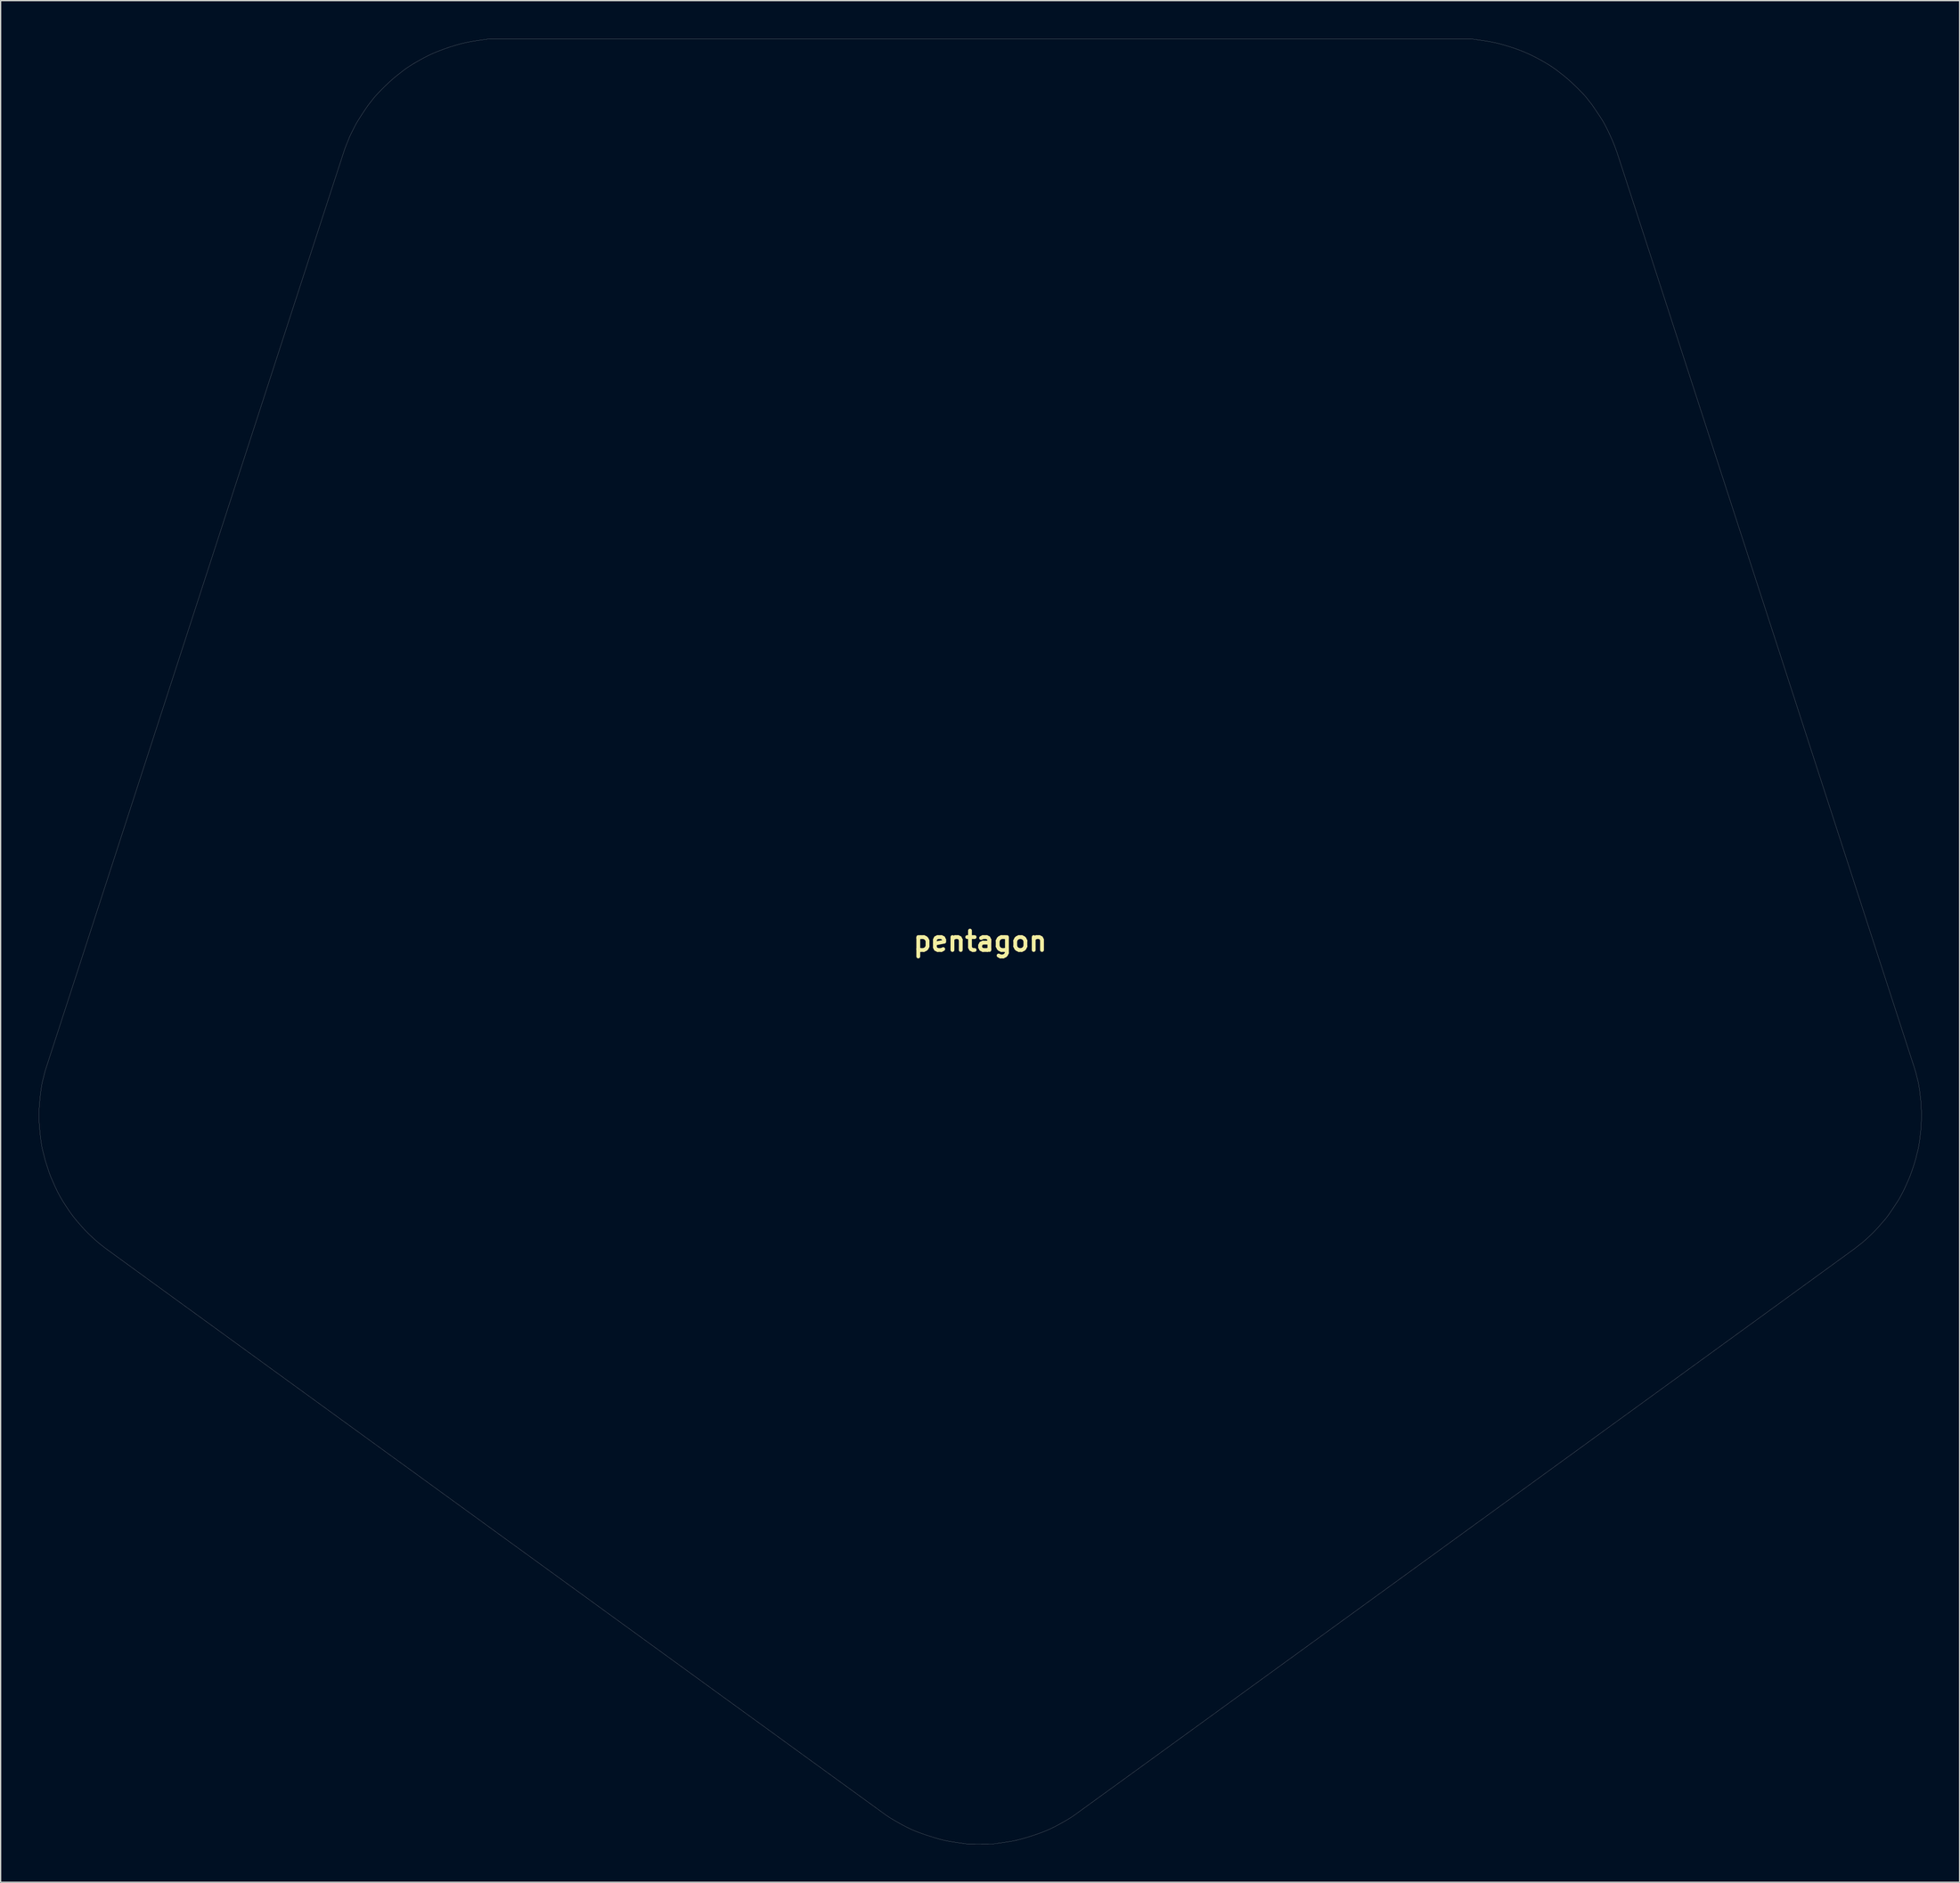
<source format=kicad_pcb>
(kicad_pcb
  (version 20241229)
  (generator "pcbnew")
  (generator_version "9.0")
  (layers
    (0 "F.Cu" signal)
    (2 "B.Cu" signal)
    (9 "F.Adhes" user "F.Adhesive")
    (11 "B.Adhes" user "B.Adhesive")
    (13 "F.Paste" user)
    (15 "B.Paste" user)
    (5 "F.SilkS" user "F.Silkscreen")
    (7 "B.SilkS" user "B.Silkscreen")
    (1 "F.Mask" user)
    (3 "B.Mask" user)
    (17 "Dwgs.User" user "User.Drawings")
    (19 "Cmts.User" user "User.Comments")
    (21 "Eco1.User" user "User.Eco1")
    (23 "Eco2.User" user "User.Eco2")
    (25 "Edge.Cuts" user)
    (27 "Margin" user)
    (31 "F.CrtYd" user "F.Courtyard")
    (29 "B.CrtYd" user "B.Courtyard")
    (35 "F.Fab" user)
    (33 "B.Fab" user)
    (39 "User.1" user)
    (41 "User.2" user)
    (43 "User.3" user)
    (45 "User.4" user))
  (footprint "pentagon"
    (layer "F.Cu")
    (at 73.987 70.975)
    (property "Reference" "pentagon" (at 0 0 0) (layer "F.SilkS") (effects (font (size 1.524 1.524) (thickness 0.3))))
    (attr through_hole)
    (fp_poly (pts (xy 39.266 -70.871) (xy 39.572 -70.827) (xy 39.84 -70.785) (xy 40.079 -70.744) (xy 40.298 -70.703) (xy 40.504 -70.659) (xy 40.706 -70.611) (xy 40.914 -70.557) (xy 41.134 -70.496) (xy 41.213 -70.473) (xy 41.769 -70.303) (xy 42.283 -70.126) (xy 42.757 -69.94) (xy 43.196 -69.745) (xy 43.287 -69.701) (xy 43.68 -69.504) (xy 44.056 -69.303) (xy 44.409 -69.102) (xy 44.735 -68.905) (xy 45.027 -68.713) (xy 45.282 -68.53) (xy 45.334 -68.49) (xy 45.447 -68.402) (xy 45.579 -68.3) (xy 45.712 -68.198) (xy 45.808 -68.124) (xy 45.967 -67.995) (xy 46.146 -67.844) (xy 46.338 -67.674) (xy 46.537 -67.491) (xy 46.739 -67.3) (xy 46.938 -67.107) (xy 47.129 -66.917) (xy 47.305 -66.736) (xy 47.462 -66.568) (xy 47.594 -66.418) (xy 47.695 -66.294) (xy 47.761 -66.208) (xy 47.843 -66.104) (xy 47.928 -65.997) (xy 47.968 -65.948) (xy 48.035 -65.86) (xy 48.123 -65.738) (xy 48.229 -65.587) (xy 48.349 -65.411) (xy 48.481 -65.215) (xy 48.621 -65.005) (xy 48.765 -64.784) (xy 48.891 -64.589) (xy 48.983 -64.436) (xy 49.088 -64.247) (xy 49.201 -64.031) (xy 49.319 -63.793) (xy 49.439 -63.543) (xy 49.557 -63.287) (xy 49.669 -63.034) (xy 49.772 -62.791) (xy 49.862 -62.565) (xy 49.918 -62.414) (xy 49.959 -62.3) (xy 50.004 -62.18) (xy 50.043 -62.075) (xy 50.048 -62.062) (xy 50.057 -62.035) (xy 50.08 -61.964) (xy 50.117 -61.851) (xy 50.168 -61.696) (xy 50.231 -61.501) (xy 50.308 -61.265) (xy 50.398 -60.989) (xy 50.5 -60.675) (xy 50.615 -60.323) (xy 50.741 -59.933) (xy 50.88 -59.507) (xy 51.03 -59.045) (xy 51.192 -58.548) (xy 51.364 -58.017) (xy 51.548 -57.452) (xy 51.742 -56.854) (xy 51.947 -56.224) (xy 52.162 -55.563) (xy 52.387 -54.871) (xy 52.621 -54.149) (xy 52.865 -53.398) (xy 53.118 -52.618) (xy 53.38 -51.811) (xy 53.651 -50.976) (xy 53.931 -50.116) (xy 54.219 -49.23) (xy 54.514 -48.319) (xy 54.818 -47.384) (xy 55.129 -46.426) (xy 55.447 -45.446) (xy 55.773 -44.443) (xy 56.105 -43.42) (xy 56.444 -42.376) (xy 56.789 -41.312) (xy 57.14 -40.23) (xy 57.498 -39.129) (xy 57.861 -38.012) (xy 58.229 -36.877) (xy 58.602 -35.727) (xy 58.981 -34.561) (xy 59.364 -33.381) (xy 59.751 -32.187) (xy 60.143 -30.98) (xy 60.538 -29.761) (xy 60.938 -28.531) (xy 61.34 -27.29) (xy 61.585 -26.537) (xy 61.99 -25.287) (xy 62.393 -24.047) (xy 62.792 -22.817) (xy 63.187 -21.598) (xy 63.579 -20.391) (xy 63.967 -19.197) (xy 64.35 -18.016) (xy 64.728 -16.85) (xy 65.102 -15.698) (xy 65.471 -14.562) (xy 65.834 -13.443) (xy 66.192 -12.34) (xy 66.544 -11.256) (xy 66.89 -10.19) (xy 67.229 -9.144) (xy 67.562 -8.118) (xy 67.888 -7.113) (xy 68.208 -6.129) (xy 68.52 -5.168) (xy 68.824 -4.23) (xy 69.121 -3.316) (xy 69.409 -2.427) (xy 69.689 -1.564) (xy 69.961 -0.726) (xy 70.224 0.084) (xy 70.478 0.867) (xy 70.723 1.621) (xy 70.959 2.346) (xy 71.184 3.041) (xy 71.4 3.706) (xy 71.605 4.338) (xy 71.8 4.939) (xy 71.985 5.507) (xy 72.158 6.041) (xy 72.32 6.54) (xy 72.471 7.004) (xy 72.61 7.432) (xy 72.737 7.823) (xy 72.852 8.177) (xy 72.954 8.493) (xy 73.044 8.769) (xy 73.121 9.006) (xy 73.185 9.202) (xy 73.235 9.357) (xy 73.272 9.47) (xy 73.295 9.54) (xy 73.301 9.56) (xy 73.361 9.744) (xy 73.418 9.922) (xy 73.469 10.088) (xy 73.514 10.235) (xy 73.549 10.356) (xy 73.572 10.443) (xy 73.579 10.472) (xy 73.605 10.585) (xy 73.634 10.705) (xy 73.661 10.806) (xy 73.661 10.807) (xy 73.694 10.925) (xy 73.723 11.049) (xy 73.751 11.185) (xy 73.779 11.343) (xy 73.809 11.529) (xy 73.842 11.751) (xy 73.847 11.788) (xy 73.935 12.561) (xy 73.978 13.342) (xy 73.976 14.125) (xy 73.93 14.905) (xy 73.847 15.621) (xy 73.814 15.85) (xy 73.784 16.041) (xy 73.755 16.202) (xy 73.727 16.341) (xy 73.698 16.466) (xy 73.666 16.585) (xy 73.661 16.602) (xy 73.634 16.703) (xy 73.605 16.823) (xy 73.579 16.937) (xy 73.579 16.937) (xy 73.548 17.064) (xy 73.503 17.226) (xy 73.447 17.414) (xy 73.382 17.618) (xy 73.312 17.831) (xy 73.24 18.045) (xy 73.167 18.25) (xy 73.098 18.437) (xy 73.034 18.599) (xy 72.987 18.711) (xy 72.927 18.845) (xy 72.859 19) (xy 72.793 19.151) (xy 72.756 19.235) (xy 72.684 19.393) (xy 72.599 19.572) (xy 72.504 19.76) (xy 72.407 19.947) (xy 72.311 20.123) (xy 72.223 20.277) (xy 72.149 20.399) (xy 72.148 20.4) (xy 71.969 20.675) (xy 71.811 20.915) (xy 71.672 21.124) (xy 71.55 21.304) (xy 71.441 21.46) (xy 71.344 21.595) (xy 71.256 21.713) (xy 71.173 21.818) (xy 71.093 21.914) (xy 71.014 22.004) (xy 70.986 22.034) (xy 70.905 22.125) (xy 70.817 22.226) (xy 70.741 22.315) (xy 70.739 22.317) (xy 70.583 22.499) (xy 70.397 22.699) (xy 70.192 22.911) (xy 69.974 23.125) (xy 69.753 23.334) (xy 69.536 23.53) (xy 69.333 23.704) (xy 69.184 23.823) (xy 69.075 23.908) (xy 68.95 24.005) (xy 68.829 24.101) (xy 68.776 24.143) (xy 68.751 24.162) (xy 68.69 24.207) (xy 68.592 24.278) (xy 68.46 24.375) (xy 68.293 24.497) (xy 68.092 24.643) (xy 67.859 24.813) (xy 67.593 25.006) (xy 67.297 25.222) (xy 66.969 25.46) (xy 66.612 25.72) (xy 66.226 26.001) (xy 65.812 26.302) (xy 65.37 26.624) (xy 64.901 26.964) (xy 64.406 27.324) (xy 63.886 27.702) (xy 63.342 28.098) (xy 62.774 28.511) (xy 62.182 28.941) (xy 61.569 29.387) (xy 60.934 29.849) (xy 60.278 30.326) (xy 59.602 30.817) (xy 58.907 31.322) (xy 58.194 31.84) (xy 57.463 32.372) (xy 56.715 32.916) (xy 55.95 33.471) (xy 55.171 34.038) (xy 54.376 34.615) (xy 53.568 35.202) (xy 52.746 35.799) (xy 51.912 36.405) (xy 51.067 37.02) (xy 50.21 37.642) (xy 49.344 38.272) (xy 48.468 38.908) (xy 47.583 39.551) (xy 46.691 40.2) (xy 45.791 40.853) (xy 44.885 41.512) (xy 43.974 42.174) (xy 43.057 42.84) (xy 42.137 43.509) (xy 41.213 44.18) (xy 40.286 44.853) (xy 39.358 45.528) (xy 38.429 46.203) (xy 37.499 46.878) (xy 36.57 47.553) (xy 35.642 48.228) (xy 34.716 48.9) (xy 33.792 49.571) (xy 32.872 50.239) (xy 31.957 50.905) (xy 31.046 51.566) (xy 30.141 52.224) (xy 29.243 52.876) (xy 28.351 53.524) (xy 27.468 54.165) (xy 26.594 54.801) (xy 25.729 55.429) (xy 24.874 56.05) (xy 24.03 56.662) (xy 23.198 57.267) (xy 22.379 57.862) (xy 21.573 58.447) (xy 20.781 59.022) (xy 20.004 59.587) (xy 19.242 60.14) (xy 18.497 60.681) (xy 17.769 61.21) (xy 17.058 61.726) (xy 16.367 62.228) (xy 15.694 62.717) (xy 15.042 63.19) (xy 14.41 63.649) (xy 13.8 64.092) (xy 13.213 64.518) (xy 12.649 64.928) (xy 12.108 65.32) (xy 11.592 65.695) (xy 11.102 66.051) (xy 10.638 66.388) (xy 10.2 66.705) (xy 9.79 67.003) (xy 9.409 67.279) (xy 9.057 67.535) (xy 8.735 67.768) (xy 8.443 67.98) (xy 8.183 68.168) (xy 7.955 68.334) (xy 7.76 68.475) (xy 7.599 68.592) (xy 7.472 68.683) (xy 7.381 68.749) (xy 7.325 68.789) (xy 7.308 68.801) (xy 7.112 68.93) (xy 6.883 69.072) (xy 6.63 69.221) (xy 6.363 69.371) (xy 6.093 69.518) (xy 5.827 69.656) (xy 5.576 69.78) (xy 5.438 69.845) (xy 5.187 69.953) (xy 4.901 70.067) (xy 4.589 70.182) (xy 4.261 70.295) (xy 3.926 70.405) (xy 3.593 70.507) (xy 3.272 70.598) (xy 2.971 70.676) (xy 2.701 70.738) (xy 2.651 70.748) (xy 2.532 70.771) (xy 2.377 70.797) (xy 2.197 70.826) (xy 2.002 70.856) (xy 1.803 70.886) (xy 1.621 70.912) (xy 0.944 71.005) (xy -0.03 71.002) (xy -1.004 71) (xy -1.697 70.902) (xy -1.889 70.874) (xy -2.082 70.844) (xy -2.268 70.815) (xy -2.436 70.787) (xy -2.578 70.762) (xy -2.684 70.742) (xy -2.69 70.74) (xy -2.937 70.683) (xy -3.217 70.61) (xy -3.519 70.524) (xy -3.836 70.427) (xy -4.157 70.324) (xy -4.473 70.216) (xy -4.775 70.108) (xy -5.053 70.002) (xy -5.298 69.901) (xy -5.369 69.87) (xy -5.561 69.78) (xy -5.777 69.673) (xy -6.01 69.552) (xy -6.251 69.422) (xy -6.492 69.287) (xy -6.728 69.151) (xy -6.949 69.02) (xy -7.149 68.896) (xy -7.319 68.784) (xy -7.413 68.719) (xy -8.149 68.184) (xy -8.904 67.636) (xy -9.677 67.074) (xy -10.468 66.5) (xy -11.275 65.913) (xy -12.099 65.315) (xy -12.939 64.705) (xy -13.793 64.085) (xy -14.661 63.454) (xy -15.542 62.814) (xy -16.436 62.164) (xy -17.342 61.506) (xy -18.26 60.84) (xy -19.188 60.166) (xy -20.126 59.485) (xy -21.072 58.797) (xy -22.028 58.103) (xy -22.991 57.403) (xy -23.961 56.698) (xy -24.938 55.988) (xy -25.92 55.275) (xy -26.908 54.557) (xy -27.899 53.837) (xy -28.894 53.114) (xy -29.892 52.389) (xy -30.892 51.662) (xy -31.894 50.935) (xy -32.896 50.206) (xy -33.899 49.478) (xy -34.901 48.75) (xy -35.901 48.023) (xy -36.9 47.298) (xy -37.896 46.574) (xy -38.888 45.853) (xy -39.876 45.135) (xy -40.86 44.42) (xy -41.838 43.71) (xy -42.809 43.004) (xy -43.774 42.303) (xy -44.731 41.607) (xy -45.68 40.918) (xy -46.62 40.235) (xy -47.55 39.559) (xy -48.47 38.891) (xy -49.378 38.23) (xy -50.275 37.579) (xy -51.159 36.936) (xy -52.03 36.303) (xy -52.887 35.68) (xy -53.73 35.068) (xy -54.557 34.467) (xy -55.368 33.877) (xy -56.162 33.3) (xy -56.939 32.735) (xy -57.698 32.184) (xy -58.438 31.646) (xy -59.159 31.122) (xy -59.859 30.613) (xy -60.539 30.119) (xy -61.197 29.641) (xy -61.832 29.179) (xy -62.445 28.734) (xy -63.034 28.306) (xy -63.598 27.895) (xy -64.137 27.503) (xy -64.651 27.13) (xy -65.138 26.776) (xy -65.598 26.441) (xy -66.03 26.127) (xy -66.433 25.834) (xy -66.807 25.562) (xy -67.151 25.312) (xy -67.464 25.084) (xy -67.746 24.879) (xy -67.996 24.697) (xy -68.213 24.539) (xy -68.397 24.405) (xy -68.546 24.297) (xy -68.66 24.213) (xy -68.739 24.156) (xy -68.782 24.124) (xy -68.789 24.119) (xy -68.893 24.037) (xy -69.01 23.945) (xy -69.117 23.862) (xy -69.136 23.847) (xy -69.259 23.748) (xy -69.407 23.621) (xy -69.571 23.476) (xy -69.744 23.319) (xy -69.917 23.157) (xy -70.084 22.997) (xy -70.235 22.847) (xy -70.365 22.714) (xy -70.432 22.641) (xy -70.638 22.41) (xy -70.818 22.206) (xy -70.976 22.022) (xy -71.118 21.852) (xy -71.249 21.689) (xy -71.373 21.526) (xy -71.495 21.357) (xy -71.621 21.176) (xy -71.755 20.976) (xy -71.903 20.749) (xy -72.07 20.491) (xy -72.083 20.47) (xy -72.309 20.092) (xy -72.528 19.677) (xy -72.736 19.235) (xy -72.76 19.179) (xy -72.819 19.043) (xy -72.887 18.89) (xy -72.953 18.741) (xy -72.985 18.669) (xy -73.039 18.542) (xy -73.098 18.39) (xy -73.155 18.235) (xy -73.197 18.115) (xy -73.246 17.966) (xy -73.301 17.797) (xy -73.356 17.63) (xy -73.394 17.514) (xy -73.435 17.385) (xy -73.475 17.253) (xy -73.509 17.134) (xy -73.532 17.043) (xy -73.532 17.041) (xy -73.556 16.941) (xy -73.587 16.816) (xy -73.62 16.687) (xy -73.637 16.625) (xy -73.669 16.501) (xy -73.696 16.393) (xy -73.719 16.292) (xy -73.74 16.189) (xy -73.76 16.075) (xy -73.781 15.94) (xy -73.805 15.775) (xy -73.824 15.644) (xy -73.848 15.461) (xy -73.872 15.249) (xy -73.896 15.019) (xy -73.918 14.779) (xy -73.938 14.537) (xy -73.955 14.303) (xy -73.968 14.086) (xy -73.978 13.895) (xy -73.982 13.738) (xy -73.982 13.704) (xy -73.979 13.558) (xy -73.971 13.375) (xy -73.959 13.164) (xy -73.942 12.933) (xy -73.923 12.693) (xy -73.902 12.451) (xy -73.878 12.218) (xy -73.854 12.001) (xy -73.83 11.809) (xy -73.824 11.765) (xy -73.797 11.574) (xy -73.773 11.42) (xy -73.753 11.293) (xy -73.733 11.184) (xy -73.712 11.083) (xy -73.688 10.981) (xy -73.659 10.868) (xy -73.637 10.783) (xy -73.604 10.66) (xy -73.572 10.531) (xy -73.544 10.415) (xy -73.532 10.368) (xy -73.507 10.267) (xy -73.471 10.143) (xy -73.431 10.017) (xy -73.414 9.964) (xy -73.404 9.934) (xy -73.38 9.861) (xy -73.342 9.745) (xy -73.291 9.588) (xy -73.226 9.389) (xy -73.149 9.151) (xy -73.059 8.873) (xy -72.956 8.556) (xy -72.84 8.201) (xy -72.713 7.809) (xy -72.573 7.38) (xy -72.422 6.915) (xy -72.26 6.415) (xy -72.087 5.881) (xy -71.902 5.313) (xy -71.707 4.712) (xy -71.501 4.079) (xy -71.286 3.415) (xy -71.06 2.72) (xy -70.824 1.995) (xy -70.58 1.24) (xy -70.325 0.458) (xy -70.062 -0.353) (xy -69.79 -1.191) (xy -69.51 -2.055) (xy -69.221 -2.944) (xy -68.924 -3.859) (xy -68.619 -4.797) (xy -68.307 -5.759) (xy -67.987 -6.743) (xy -67.661 -7.75) (xy -67.327 -8.777) (xy -66.987 -9.825) (xy -66.64 -10.893) (xy -66.287 -11.98) (xy -65.929 -13.085) (xy -65.564 -14.207) (xy -65.195 -15.346) (xy -64.82 -16.501) (xy -64.44 -17.672) (xy -64.055 -18.857) (xy -63.666 -20.056) (xy -63.272 -21.268) (xy -62.875 -22.492) (xy -62.474 -23.728) (xy -62.069 -24.975) (xy -61.699 -26.116) (xy -61.291 -27.372) (xy -60.886 -28.619) (xy -60.485 -29.854) (xy -60.088 -31.078) (xy -59.695 -32.29) (xy -59.305 -33.489) (xy -58.921 -34.673) (xy -58.541 -35.844) (xy -58.166 -36.999) (xy -57.796 -38.137) (xy -57.432 -39.26) (xy -57.073 -40.364) (xy -56.72 -41.451) (xy -56.373 -42.518) (xy -56.033 -43.566) (xy -55.699 -44.594) (xy -55.373 -45.6) (xy -55.053 -46.584) (xy -54.741 -47.546) (xy -54.436 -48.484) (xy -54.139 -49.398) (xy -53.85 -50.288) (xy -53.569 -51.151) (xy -53.297 -51.989) (xy -53.034 -52.799) (xy -52.779 -53.582) (xy -52.534 -54.336) (xy -52.299 -55.06) (xy -52.073 -55.755) (xy -51.857 -56.419) (xy -51.652 -57.051) (xy -51.456 -57.652) (xy -51.272 -58.219) (xy -51.098 -58.753) (xy -50.936 -59.252) (xy -50.785 -59.716) (xy -50.645 -60.144) (xy -50.518 -60.536) (xy -50.403 -60.89) (xy -50.3 -61.206) (xy -50.209 -61.483) (xy -50.132 -61.72) (xy -50.067 -61.918) (xy -50.016 -62.074) (xy -49.979 -62.188) (xy -49.955 -62.26) (xy -49.945 -62.288) (xy -49.892 -62.432) (xy -49.831 -62.59) (xy -49.77 -62.743) (xy -49.718 -62.871) (xy -49.716 -62.877) (xy -49.671 -62.984) (xy -49.632 -63.081) (xy -49.602 -63.156) (xy -49.587 -63.2) (xy -49.587 -63.2) (xy -49.571 -63.24) (xy -49.537 -63.313) (xy -49.489 -63.414) (xy -49.431 -63.536) (xy -49.365 -63.67) (xy -49.295 -63.81) (xy -49.224 -63.95) (xy -49.157 -64.081) (xy -49.096 -64.198) (xy -49.075 -64.239) (xy -49.015 -64.345) (xy -48.935 -64.48) (xy -48.838 -64.636) (xy -48.73 -64.808) (xy -48.614 -64.988) (xy -48.496 -65.17) (xy -48.378 -65.347) (xy -48.267 -65.512) (xy -48.166 -65.658) (xy -48.079 -65.78) (xy -48.011 -65.869) (xy -48.003 -65.878) (xy -47.935 -65.963) (xy -47.852 -66.069) (xy -47.767 -66.178) (xy -47.723 -66.236) (xy -47.617 -66.367) (xy -47.481 -66.523) (xy -47.321 -66.696) (xy -47.143 -66.882) (xy -46.951 -67.075) (xy -46.753 -67.27) (xy -46.554 -67.461) (xy -46.359 -67.641) (xy -46.174 -67.807) (xy -46.005 -67.951) (xy -45.891 -68.043) (xy -45.822 -68.097) (xy -45.727 -68.172) (xy -45.617 -68.258) (xy -45.503 -68.347) (xy -45.461 -68.38) (xy -45.348 -68.469) (xy -45.257 -68.538) (xy -45.18 -68.596) (xy -45.108 -68.648) (xy -45.031 -68.7) (xy -44.94 -68.76) (xy -44.825 -68.834) (xy -44.727 -68.896) (xy -44.628 -68.959) (xy -44.533 -69.018) (xy -44.435 -69.076) (xy -44.329 -69.138) (xy -44.207 -69.208) (xy -44.064 -69.288) (xy -43.891 -69.384) (xy -43.723 -69.477) (xy -43.383 -69.652) (xy -43.004 -69.827) (xy -42.594 -69.998) (xy -42.159 -70.162) (xy -41.708 -70.318) (xy -41.247 -70.461) (xy -41.136 -70.493) (xy -40.907 -70.557) (xy -40.691 -70.613) (xy -40.48 -70.662) (xy -40.265 -70.708) (xy -40.038 -70.751) (xy -39.789 -70.793) (xy -39.51 -70.836) (xy -39.266 -70.871) (xy -38.573 -70.97) (xy 38.573 -70.97) (xy 39.266 -70.871)) (stroke (width 0.01) (type solid)) (fill no) (layer "Edge.Cuts")))
  (gr_rect
    (start -3 -3)
    (end 150.97 144.984)
    (stroke (width 0.1) (type default))
    (fill no)
    (layer "Edge.Cuts")))
</source>
